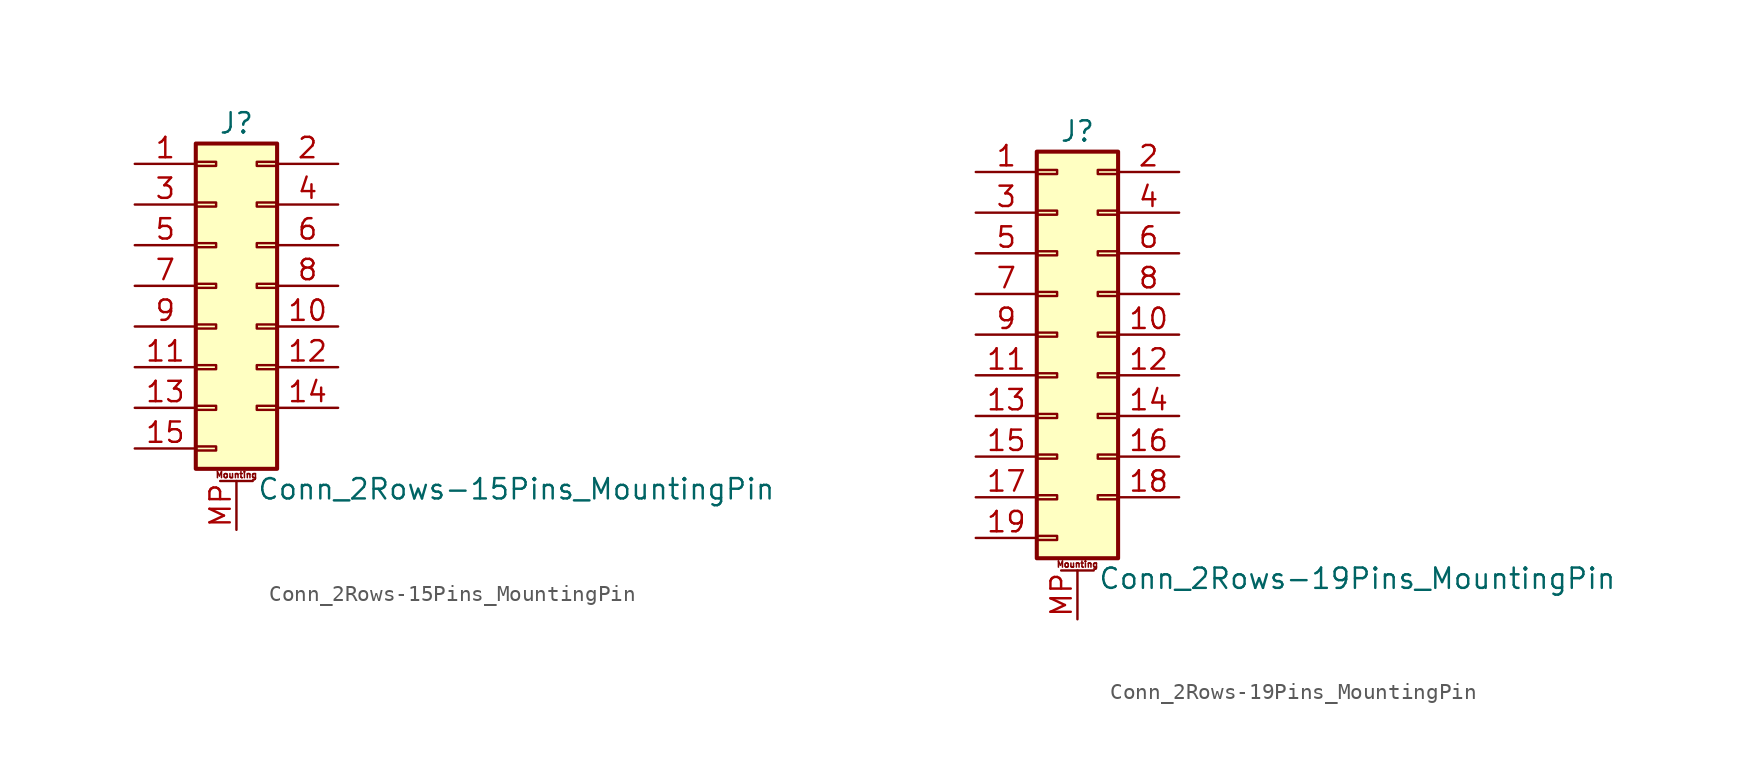
<source format=kicad_sym>
(kicad_symbol_lib
  (version 20211014)
  (generator kicad_symbol_editor)
  (symbol "Conn_2Rows-15Pins_MountingPin"
    (pin_names
      (offset 1.016) hide)
    (property "Reference" "J"
      (at 1.27 10.16 0)
      (effects (font (size 1.27 1.27))))
    (property "Value" "Conn_2Rows-15Pins_MountingPin"
      (at 2.54 -12.7 0)
      (effects (font (size 1.27 1.27)) (justify left)))
    (symbol "Conn_2Rows-15Pins_MountingPin_1_1"
      (rectangle (start -1.27 -10.033) (end 0 -10.287) (stroke (width 0.152) (type default) (color 0 0 0 0)) (fill (type none)))
      (rectangle (start -1.27 -7.493) (end 0 -7.747) (stroke (width 0.152) (type default) (color 0 0 0 0)) (fill (type none)))
      (rectangle (start -1.27 -4.953) (end 0 -5.207) (stroke (width 0.152) (type default) (color 0 0 0 0)) (fill (type none)))
      (rectangle (start -1.27 -2.413) (end 0 -2.667) (stroke (width 0.152) (type default) (color 0 0 0 0)) (fill (type none)))
      (rectangle (start -1.27 0.127) (end 0 -0.127) (stroke (width 0.152) (type default) (color 0 0 0 0)) (fill (type none)))
      (rectangle (start -1.27 2.667) (end 0 2.413) (stroke (width 0.152) (type default) (color 0 0 0 0)) (fill (type none)))
      (rectangle (start -1.27 5.207) (end 0 4.953) (stroke (width 0.152) (type default) (color 0 0 0 0)) (fill (type none)))
      (rectangle (start -1.27 7.747) (end 0 7.493) (stroke (width 0.152) (type default) (color 0 0 0 0)) (fill (type none)))
      (rectangle (start -1.27 8.89) (end 3.81 -11.43) (stroke (width 0.254) (type default) (color 0 0 0 0)) (fill (type background)))
      (polyline (pts (xy 0.254 -12.192) (xy 2.286 -12.192)) (stroke (width 0.152) (type default) (color 0 0 0 0)) (fill (type none)))
      (rectangle (start 3.81 -7.493) (end 2.54 -7.747) (stroke (width 0.152) (type default) (color 0 0 0 0)) (fill (type none)))
      (rectangle (start 3.81 -4.953) (end 2.54 -5.207) (stroke (width 0.152) (type default) (color 0 0 0 0)) (fill (type none)))
      (rectangle (start 3.81 -2.413) (end 2.54 -2.667) (stroke (width 0.152) (type default) (color 0 0 0 0)) (fill (type none)))
      (rectangle (start 3.81 0.127) (end 2.54 -0.127) (stroke (width 0.152) (type default) (color 0 0 0 0)) (fill (type none)))
      (rectangle (start 3.81 2.667) (end 2.54 2.413) (stroke (width 0.152) (type default) (color 0 0 0 0)) (fill (type none)))
      (rectangle (start 3.81 5.207) (end 2.54 4.953) (stroke (width 0.152) (type default) (color 0 0 0 0)) (fill (type none)))
      (rectangle (start 3.81 7.747) (end 2.54 7.493) (stroke (width 0.152) (type default) (color 0 0 0 0)) (fill (type none)))
      (text "Mounting" (at 1.27 -11.811 0) (effects (font (size 0.381 0.381))))
      (pin passive line (at -5.08 7.62 0) (length 3.81) (name "Pin_1" (effects (font (size 1.27 1.27)))) (number "1" (effects (font (size 1.27 1.27)))))
      (pin passive line (at 7.62 -2.54 180) (length 3.81) (name "Pin_10" (effects (font (size 1.27 1.27)))) (number "10" (effects (font (size 1.27 1.27)))))
      (pin passive line (at -5.08 -5.08 0) (length 3.81) (name "Pin_11" (effects (font (size 1.27 1.27)))) (number "11" (effects (font (size 1.27 1.27)))))
      (pin passive line (at 7.62 -5.08 180) (length 3.81) (name "Pin_12" (effects (font (size 1.27 1.27)))) (number "12" (effects (font (size 1.27 1.27)))))
      (pin passive line (at -5.08 -7.62 0) (length 3.81) (name "Pin_13" (effects (font (size 1.27 1.27)))) (number "13" (effects (font (size 1.27 1.27)))))
      (pin passive line (at 7.62 -7.62 180) (length 3.81) (name "Pin_14" (effects (font (size 1.27 1.27)))) (number "14" (effects (font (size 1.27 1.27)))))
      (pin passive line (at -5.08 -10.16 0) (length 3.81) (name "Pin_15" (effects (font (size 1.27 1.27)))) (number "15" (effects (font (size 1.27 1.27)))))
      (pin passive line (at 7.62 7.62 180) (length 3.81) (name "Pin_2" (effects (font (size 1.27 1.27)))) (number "2" (effects (font (size 1.27 1.27)))))
      (pin passive line (at -5.08 5.08 0) (length 3.81) (name "Pin_3" (effects (font (size 1.27 1.27)))) (number "3" (effects (font (size 1.27 1.27)))))
      (pin passive line (at 7.62 5.08 180) (length 3.81) (name "Pin_4" (effects (font (size 1.27 1.27)))) (number "4" (effects (font (size 1.27 1.27)))))
      (pin passive line (at -5.08 2.54 0) (length 3.81) (name "Pin_5" (effects (font (size 1.27 1.27)))) (number "5" (effects (font (size 1.27 1.27)))))
      (pin passive line (at 7.62 2.54 180) (length 3.81) (name "Pin_6" (effects (font (size 1.27 1.27)))) (number "6" (effects (font (size 1.27 1.27)))))
      (pin passive line (at -5.08 0 0) (length 3.81) (name "Pin_7" (effects (font (size 1.27 1.27)))) (number "7" (effects (font (size 1.27 1.27)))))
      (pin passive line (at 7.62 0 180) (length 3.81) (name "Pin_8" (effects (font (size 1.27 1.27)))) (number "8" (effects (font (size 1.27 1.27)))))
      (pin passive line (at -5.08 -2.54 0) (length 3.81) (name "Pin_9" (effects (font (size 1.27 1.27)))) (number "9" (effects (font (size 1.27 1.27)))))
      (pin passive line (at 1.27 -15.24 90) (length 3.048) (name "MountPin" (effects (font (size 1.27 1.27)))) (number "MP" (effects (font (size 1.27 1.27)))))))
  (symbol "Conn_2Rows-19Pins_MountingPin"
    (pin_names
      (offset 1.016) hide)
    (property "Reference" "J"
      (at 1.27 12.7 0)
      (effects (font (size 1.27 1.27))))
    (property "Value" "Conn_2Rows-19Pins_MountingPin"
      (at 2.54 -15.24 0)
      (effects (font (size 1.27 1.27)) (justify left)))
    (symbol "Conn_2Rows-19Pins_MountingPin_1_1"
      (rectangle (start -1.27 -12.573) (end 0 -12.827) (stroke (width 0.152) (type default) (color 0 0 0 0)) (fill (type none)))
      (rectangle (start -1.27 -10.033) (end 0 -10.287) (stroke (width 0.152) (type default) (color 0 0 0 0)) (fill (type none)))
      (rectangle (start -1.27 -7.493) (end 0 -7.747) (stroke (width 0.152) (type default) (color 0 0 0 0)) (fill (type none)))
      (rectangle (start -1.27 -4.953) (end 0 -5.207) (stroke (width 0.152) (type default) (color 0 0 0 0)) (fill (type none)))
      (rectangle (start -1.27 -2.413) (end 0 -2.667) (stroke (width 0.152) (type default) (color 0 0 0 0)) (fill (type none)))
      (rectangle (start -1.27 0.127) (end 0 -0.127) (stroke (width 0.152) (type default) (color 0 0 0 0)) (fill (type none)))
      (rectangle (start -1.27 2.667) (end 0 2.413) (stroke (width 0.152) (type default) (color 0 0 0 0)) (fill (type none)))
      (rectangle (start -1.27 5.207) (end 0 4.953) (stroke (width 0.152) (type default) (color 0 0 0 0)) (fill (type none)))
      (rectangle (start -1.27 7.747) (end 0 7.493) (stroke (width 0.152) (type default) (color 0 0 0 0)) (fill (type none)))
      (rectangle (start -1.27 10.287) (end 0 10.033) (stroke (width 0.152) (type default) (color 0 0 0 0)) (fill (type none)))
      (rectangle (start -1.27 11.43) (end 3.81 -13.97) (stroke (width 0.254) (type default) (color 0 0 0 0)) (fill (type background)))
      (polyline (pts (xy 0.254 -14.732) (xy 2.286 -14.732)) (stroke (width 0.152) (type default) (color 0 0 0 0)) (fill (type none)))
      (rectangle (start 3.81 -10.033) (end 2.54 -10.287) (stroke (width 0.152) (type default) (color 0 0 0 0)) (fill (type none)))
      (rectangle (start 3.81 -7.493) (end 2.54 -7.747) (stroke (width 0.152) (type default) (color 0 0 0 0)) (fill (type none)))
      (rectangle (start 3.81 -4.953) (end 2.54 -5.207) (stroke (width 0.152) (type default) (color 0 0 0 0)) (fill (type none)))
      (rectangle (start 3.81 -2.413) (end 2.54 -2.667) (stroke (width 0.152) (type default) (color 0 0 0 0)) (fill (type none)))
      (rectangle (start 3.81 0.127) (end 2.54 -0.127) (stroke (width 0.152) (type default) (color 0 0 0 0)) (fill (type none)))
      (rectangle (start 3.81 2.667) (end 2.54 2.413) (stroke (width 0.152) (type default) (color 0 0 0 0)) (fill (type none)))
      (rectangle (start 3.81 5.207) (end 2.54 4.953) (stroke (width 0.152) (type default) (color 0 0 0 0)) (fill (type none)))
      (rectangle (start 3.81 7.747) (end 2.54 7.493) (stroke (width 0.152) (type default) (color 0 0 0 0)) (fill (type none)))
      (rectangle (start 3.81 10.287) (end 2.54 10.033) (stroke (width 0.152) (type default) (color 0 0 0 0)) (fill (type none)))
      (text "Mounting" (at 1.27 -14.351 0) (effects (font (size 0.381 0.381))))
      (pin passive line (at -5.08 10.16 0) (length 3.81) (name "Pin_1" (effects (font (size 1.27 1.27)))) (number "1" (effects (font (size 1.27 1.27)))))
      (pin passive line (at 7.62 0 180) (length 3.81) (name "Pin_10" (effects (font (size 1.27 1.27)))) (number "10" (effects (font (size 1.27 1.27)))))
      (pin passive line (at -5.08 -2.54 0) (length 3.81) (name "Pin_11" (effects (font (size 1.27 1.27)))) (number "11" (effects (font (size 1.27 1.27)))))
      (pin passive line (at 7.62 -2.54 180) (length 3.81) (name "Pin_12" (effects (font (size 1.27 1.27)))) (number "12" (effects (font (size 1.27 1.27)))))
      (pin passive line (at -5.08 -5.08 0) (length 3.81) (name "Pin_13" (effects (font (size 1.27 1.27)))) (number "13" (effects (font (size 1.27 1.27)))))
      (pin passive line (at 7.62 -5.08 180) (length 3.81) (name "Pin_14" (effects (font (size 1.27 1.27)))) (number "14" (effects (font (size 1.27 1.27)))))
      (pin passive line (at -5.08 -7.62 0) (length 3.81) (name "Pin_15" (effects (font (size 1.27 1.27)))) (number "15" (effects (font (size 1.27 1.27)))))
      (pin passive line (at 7.62 -7.62 180) (length 3.81) (name "Pin_16" (effects (font (size 1.27 1.27)))) (number "16" (effects (font (size 1.27 1.27)))))
      (pin passive line (at -5.08 -10.16 0) (length 3.81) (name "Pin_17" (effects (font (size 1.27 1.27)))) (number "17" (effects (font (size 1.27 1.27)))))
      (pin passive line (at 7.62 -10.16 180) (length 3.81) (name "Pin_18" (effects (font (size 1.27 1.27)))) (number "18" (effects (font (size 1.27 1.27)))))
      (pin passive line (at -5.08 -12.7 0) (length 3.81) (name "Pin_19" (effects (font (size 1.27 1.27)))) (number "19" (effects (font (size 1.27 1.27)))))
      (pin passive line (at 7.62 10.16 180) (length 3.81) (name "Pin_2" (effects (font (size 1.27 1.27)))) (number "2" (effects (font (size 1.27 1.27)))))
      (pin passive line (at -5.08 7.62 0) (length 3.81) (name "Pin_3" (effects (font (size 1.27 1.27)))) (number "3" (effects (font (size 1.27 1.27)))))
      (pin passive line (at 7.62 7.62 180) (length 3.81) (name "Pin_4" (effects (font (size 1.27 1.27)))) (number "4" (effects (font (size 1.27 1.27)))))
      (pin passive line (at -5.08 5.08 0) (length 3.81) (name "Pin_5" (effects (font (size 1.27 1.27)))) (number "5" (effects (font (size 1.27 1.27)))))
      (pin passive line (at 7.62 5.08 180) (length 3.81) (name "Pin_6" (effects (font (size 1.27 1.27)))) (number "6" (effects (font (size 1.27 1.27)))))
      (pin passive line (at -5.08 2.54 0) (length 3.81) (name "Pin_7" (effects (font (size 1.27 1.27)))) (number "7" (effects (font (size 1.27 1.27)))))
      (pin passive line (at 7.62 2.54 180) (length 3.81) (name "Pin_8" (effects (font (size 1.27 1.27)))) (number "8" (effects (font (size 1.27 1.27)))))
      (pin passive line (at -5.08 0 0) (length 3.81) (name "Pin_9" (effects (font (size 1.27 1.27)))) (number "9" (effects (font (size 1.27 1.27)))))
      (pin passive line (at 1.27 -17.78 90) (length 3.048) (name "MountPin" (effects (font (size 1.27 1.27)))) (number "MP" (effects (font (size 1.27 1.27))))))))
</source>
